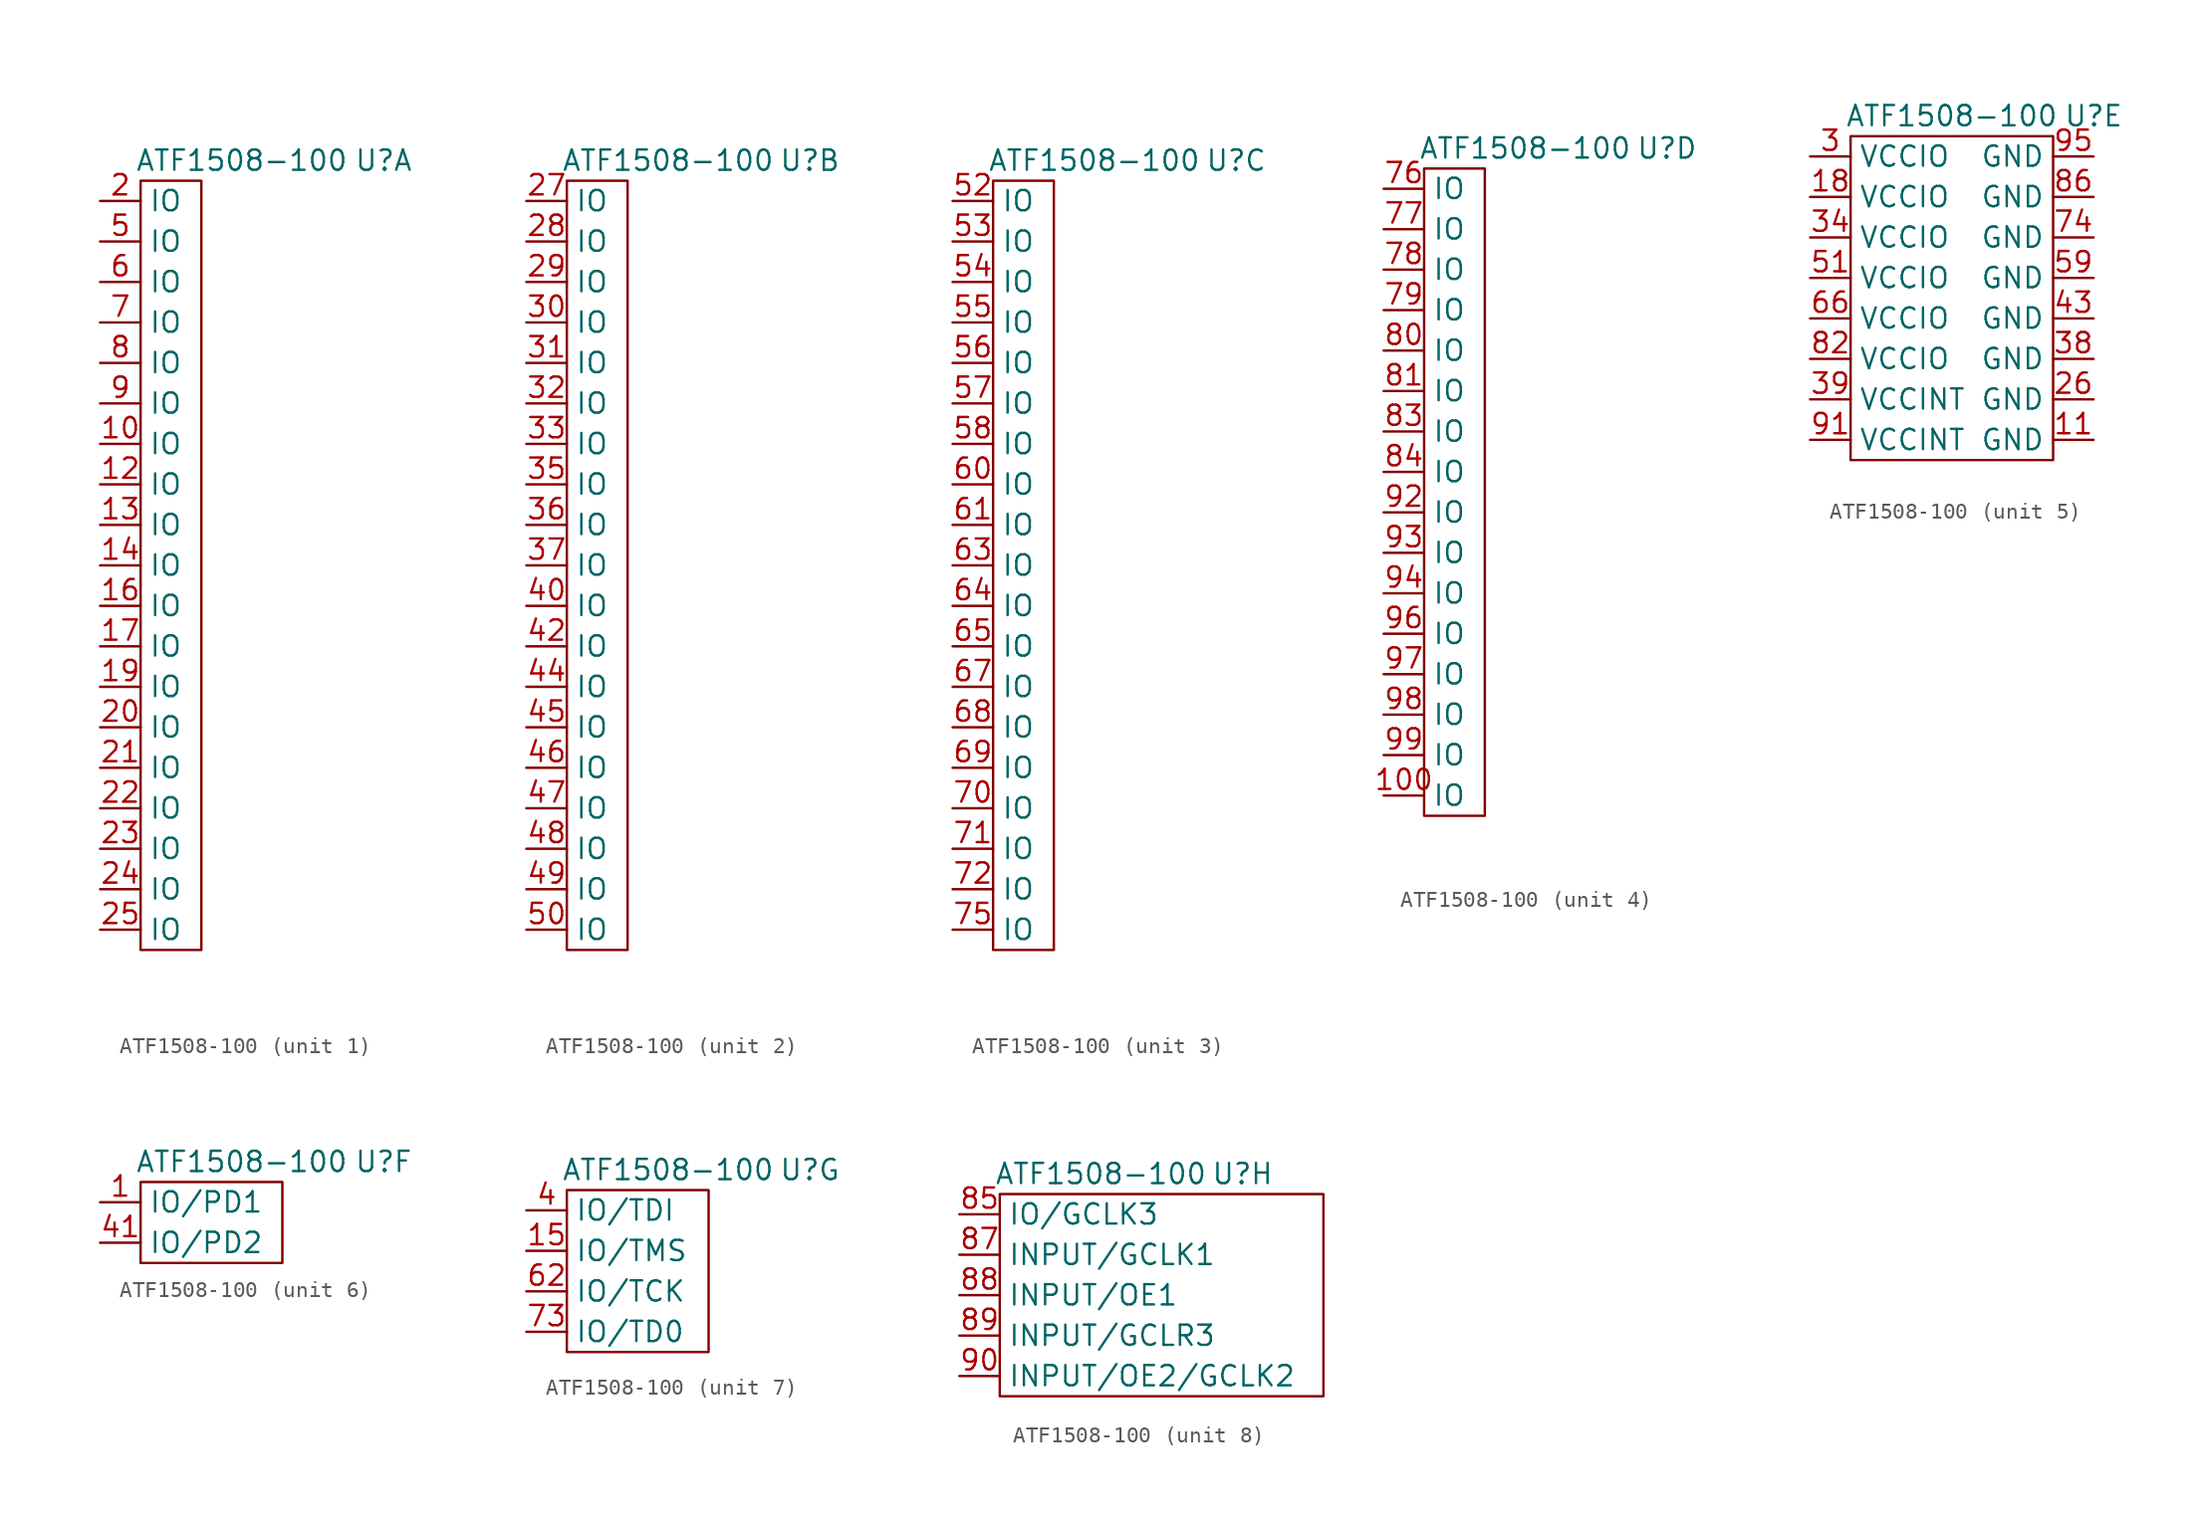
<source format=kicad_sym>
(kicad_symbol_lib
  (version 20211014)
  (generator kicad_symbol_editor)
  (symbol "ATF1508-100"
    (property "Reference" "U"
      (at 15.24 1.27 0)
      (effects (font (size 1.27 1.27))))
    (property "Value" "ATF1508-100"
      (at 6.35 1.27 0)
      (effects (font (size 1.27 1.27))))
    (symbol "ATF1508-100_1_1"
      (rectangle (start 0 0) (end 3.81 -48.26) (stroke (width 0) (type default) (color 0 0 0 0)) (fill (type none)))
      (pin bidirectional line (at -2.54 -16.51 0) (length 2.54) (name "IO" (effects (font (size 1.27 1.27)))) (number "10" (effects (font (size 1.27 1.27)))))
      (pin bidirectional line (at -2.54 -19.05 0) (length 2.54) (name "IO" (effects (font (size 1.27 1.27)))) (number "12" (effects (font (size 1.27 1.27)))))
      (pin bidirectional line (at -2.54 -21.59 0) (length 2.54) (name "IO" (effects (font (size 1.27 1.27)))) (number "13" (effects (font (size 1.27 1.27)))))
      (pin bidirectional line (at -2.54 -24.13 0) (length 2.54) (name "IO" (effects (font (size 1.27 1.27)))) (number "14" (effects (font (size 1.27 1.27)))))
      (pin bidirectional line (at -2.54 -26.67 0) (length 2.54) (name "IO" (effects (font (size 1.27 1.27)))) (number "16" (effects (font (size 1.27 1.27)))))
      (pin bidirectional line (at -2.54 -29.21 0) (length 2.54) (name "IO" (effects (font (size 1.27 1.27)))) (number "17" (effects (font (size 1.27 1.27)))))
      (pin bidirectional line (at -2.54 -31.75 0) (length 2.54) (name "IO" (effects (font (size 1.27 1.27)))) (number "19" (effects (font (size 1.27 1.27)))))
      (pin bidirectional line (at -2.54 -1.27 0) (length 2.54) (name "IO" (effects (font (size 1.27 1.27)))) (number "2" (effects (font (size 1.27 1.27)))))
      (pin bidirectional line (at -2.54 -34.29 0) (length 2.54) (name "IO" (effects (font (size 1.27 1.27)))) (number "20" (effects (font (size 1.27 1.27)))))
      (pin bidirectional line (at -2.54 -36.83 0) (length 2.54) (name "IO" (effects (font (size 1.27 1.27)))) (number "21" (effects (font (size 1.27 1.27)))))
      (pin bidirectional line (at -2.54 -39.37 0) (length 2.54) (name "IO" (effects (font (size 1.27 1.27)))) (number "22" (effects (font (size 1.27 1.27)))))
      (pin bidirectional line (at -2.54 -41.91 0) (length 2.54) (name "IO" (effects (font (size 1.27 1.27)))) (number "23" (effects (font (size 1.27 1.27)))))
      (pin bidirectional line (at -2.54 -44.45 0) (length 2.54) (name "IO" (effects (font (size 1.27 1.27)))) (number "24" (effects (font (size 1.27 1.27)))))
      (pin bidirectional line (at -2.54 -46.99 0) (length 2.54) (name "IO" (effects (font (size 1.27 1.27)))) (number "25" (effects (font (size 1.27 1.27)))))
      (pin bidirectional line (at -2.54 -3.81 0) (length 2.54) (name "IO" (effects (font (size 1.27 1.27)))) (number "5" (effects (font (size 1.27 1.27)))))
      (pin bidirectional line (at -2.54 -6.35 0) (length 2.54) (name "IO" (effects (font (size 1.27 1.27)))) (number "6" (effects (font (size 1.27 1.27)))))
      (pin bidirectional line (at -2.54 -8.89 0) (length 2.54) (name "IO" (effects (font (size 1.27 1.27)))) (number "7" (effects (font (size 1.27 1.27)))))
      (pin bidirectional line (at -2.54 -11.43 0) (length 2.54) (name "IO" (effects (font (size 1.27 1.27)))) (number "8" (effects (font (size 1.27 1.27)))))
      (pin bidirectional line (at -2.54 -13.97 0) (length 2.54) (name "IO" (effects (font (size 1.27 1.27)))) (number "9" (effects (font (size 1.27 1.27))))))
    (symbol "ATF1508-100_2_1"
      (rectangle (start 0 0) (end 3.81 -48.26) (stroke (width 0) (type default) (color 0 0 0 0)) (fill (type none)))
      (pin bidirectional line (at -2.54 -1.27 0) (length 2.54) (name "IO" (effects (font (size 1.27 1.27)))) (number "27" (effects (font (size 1.27 1.27)))))
      (pin bidirectional line (at -2.54 -3.81 0) (length 2.54) (name "IO" (effects (font (size 1.27 1.27)))) (number "28" (effects (font (size 1.27 1.27)))))
      (pin bidirectional line (at -2.54 -6.35 0) (length 2.54) (name "IO" (effects (font (size 1.27 1.27)))) (number "29" (effects (font (size 1.27 1.27)))))
      (pin bidirectional line (at -2.54 -8.89 0) (length 2.54) (name "IO" (effects (font (size 1.27 1.27)))) (number "30" (effects (font (size 1.27 1.27)))))
      (pin bidirectional line (at -2.54 -11.43 0) (length 2.54) (name "IO" (effects (font (size 1.27 1.27)))) (number "31" (effects (font (size 1.27 1.27)))))
      (pin bidirectional line (at -2.54 -13.97 0) (length 2.54) (name "IO" (effects (font (size 1.27 1.27)))) (number "32" (effects (font (size 1.27 1.27)))))
      (pin bidirectional line (at -2.54 -16.51 0) (length 2.54) (name "IO" (effects (font (size 1.27 1.27)))) (number "33" (effects (font (size 1.27 1.27)))))
      (pin bidirectional line (at -2.54 -19.05 0) (length 2.54) (name "IO" (effects (font (size 1.27 1.27)))) (number "35" (effects (font (size 1.27 1.27)))))
      (pin bidirectional line (at -2.54 -21.59 0) (length 2.54) (name "IO" (effects (font (size 1.27 1.27)))) (number "36" (effects (font (size 1.27 1.27)))))
      (pin bidirectional line (at -2.54 -24.13 0) (length 2.54) (name "IO" (effects (font (size 1.27 1.27)))) (number "37" (effects (font (size 1.27 1.27)))))
      (pin bidirectional line (at -2.54 -26.67 0) (length 2.54) (name "IO" (effects (font (size 1.27 1.27)))) (number "40" (effects (font (size 1.27 1.27)))))
      (pin bidirectional line (at -2.54 -29.21 0) (length 2.54) (name "IO" (effects (font (size 1.27 1.27)))) (number "42" (effects (font (size 1.27 1.27)))))
      (pin bidirectional line (at -2.54 -31.75 0) (length 2.54) (name "IO" (effects (font (size 1.27 1.27)))) (number "44" (effects (font (size 1.27 1.27)))))
      (pin bidirectional line (at -2.54 -34.29 0) (length 2.54) (name "IO" (effects (font (size 1.27 1.27)))) (number "45" (effects (font (size 1.27 1.27)))))
      (pin bidirectional line (at -2.54 -36.83 0) (length 2.54) (name "IO" (effects (font (size 1.27 1.27)))) (number "46" (effects (font (size 1.27 1.27)))))
      (pin bidirectional line (at -2.54 -39.37 0) (length 2.54) (name "IO" (effects (font (size 1.27 1.27)))) (number "47" (effects (font (size 1.27 1.27)))))
      (pin bidirectional line (at -2.54 -41.91 0) (length 2.54) (name "IO" (effects (font (size 1.27 1.27)))) (number "48" (effects (font (size 1.27 1.27)))))
      (pin bidirectional line (at -2.54 -44.45 0) (length 2.54) (name "IO" (effects (font (size 1.27 1.27)))) (number "49" (effects (font (size 1.27 1.27)))))
      (pin bidirectional line (at -2.54 -46.99 0) (length 2.54) (name "IO" (effects (font (size 1.27 1.27)))) (number "50" (effects (font (size 1.27 1.27))))))
    (symbol "ATF1508-100_3_1"
      (rectangle (start 0 0) (end 3.81 -48.26) (stroke (width 0) (type default) (color 0 0 0 0)) (fill (type none)))
      (pin bidirectional line (at -2.54 -1.27 0) (length 2.54) (name "IO" (effects (font (size 1.27 1.27)))) (number "52" (effects (font (size 1.27 1.27)))))
      (pin bidirectional line (at -2.54 -3.81 0) (length 2.54) (name "IO" (effects (font (size 1.27 1.27)))) (number "53" (effects (font (size 1.27 1.27)))))
      (pin bidirectional line (at -2.54 -6.35 0) (length 2.54) (name "IO" (effects (font (size 1.27 1.27)))) (number "54" (effects (font (size 1.27 1.27)))))
      (pin bidirectional line (at -2.54 -8.89 0) (length 2.54) (name "IO" (effects (font (size 1.27 1.27)))) (number "55" (effects (font (size 1.27 1.27)))))
      (pin bidirectional line (at -2.54 -11.43 0) (length 2.54) (name "IO" (effects (font (size 1.27 1.27)))) (number "56" (effects (font (size 1.27 1.27)))))
      (pin bidirectional line (at -2.54 -13.97 0) (length 2.54) (name "IO" (effects (font (size 1.27 1.27)))) (number "57" (effects (font (size 1.27 1.27)))))
      (pin bidirectional line (at -2.54 -16.51 0) (length 2.54) (name "IO" (effects (font (size 1.27 1.27)))) (number "58" (effects (font (size 1.27 1.27)))))
      (pin bidirectional line (at -2.54 -19.05 0) (length 2.54) (name "IO" (effects (font (size 1.27 1.27)))) (number "60" (effects (font (size 1.27 1.27)))))
      (pin bidirectional line (at -2.54 -21.59 0) (length 2.54) (name "IO" (effects (font (size 1.27 1.27)))) (number "61" (effects (font (size 1.27 1.27)))))
      (pin bidirectional line (at -2.54 -24.13 0) (length 2.54) (name "IO" (effects (font (size 1.27 1.27)))) (number "63" (effects (font (size 1.27 1.27)))))
      (pin bidirectional line (at -2.54 -26.67 0) (length 2.54) (name "IO" (effects (font (size 1.27 1.27)))) (number "64" (effects (font (size 1.27 1.27)))))
      (pin bidirectional line (at -2.54 -29.21 0) (length 2.54) (name "IO" (effects (font (size 1.27 1.27)))) (number "65" (effects (font (size 1.27 1.27)))))
      (pin bidirectional line (at -2.54 -31.75 0) (length 2.54) (name "IO" (effects (font (size 1.27 1.27)))) (number "67" (effects (font (size 1.27 1.27)))))
      (pin bidirectional line (at -2.54 -34.29 0) (length 2.54) (name "IO" (effects (font (size 1.27 1.27)))) (number "68" (effects (font (size 1.27 1.27)))))
      (pin bidirectional line (at -2.54 -36.83 0) (length 2.54) (name "IO" (effects (font (size 1.27 1.27)))) (number "69" (effects (font (size 1.27 1.27)))))
      (pin bidirectional line (at -2.54 -39.37 0) (length 2.54) (name "IO" (effects (font (size 1.27 1.27)))) (number "70" (effects (font (size 1.27 1.27)))))
      (pin bidirectional line (at -2.54 -41.91 0) (length 2.54) (name "IO" (effects (font (size 1.27 1.27)))) (number "71" (effects (font (size 1.27 1.27)))))
      (pin bidirectional line (at -2.54 -44.45 0) (length 2.54) (name "IO" (effects (font (size 1.27 1.27)))) (number "72" (effects (font (size 1.27 1.27)))))
      (pin bidirectional line (at -2.54 -46.99 0) (length 2.54) (name "IO" (effects (font (size 1.27 1.27)))) (number "75" (effects (font (size 1.27 1.27))))))
    (symbol "ATF1508-100_4_1"
      (rectangle (start 0 0) (end 3.81 -40.64) (stroke (width 0) (type default) (color 0 0 0 0)) (fill (type none)))
      (pin bidirectional line (at -2.54 -39.37 0) (length 2.54) (name "IO" (effects (font (size 1.27 1.27)))) (number "100" (effects (font (size 1.27 1.27)))))
      (pin bidirectional line (at -2.54 -1.27 0) (length 2.54) (name "IO" (effects (font (size 1.27 1.27)))) (number "76" (effects (font (size 1.27 1.27)))))
      (pin bidirectional line (at -2.54 -3.81 0) (length 2.54) (name "IO" (effects (font (size 1.27 1.27)))) (number "77" (effects (font (size 1.27 1.27)))))
      (pin bidirectional line (at -2.54 -6.35 0) (length 2.54) (name "IO" (effects (font (size 1.27 1.27)))) (number "78" (effects (font (size 1.27 1.27)))))
      (pin bidirectional line (at -2.54 -8.89 0) (length 2.54) (name "IO" (effects (font (size 1.27 1.27)))) (number "79" (effects (font (size 1.27 1.27)))))
      (pin bidirectional line (at -2.54 -11.43 0) (length 2.54) (name "IO" (effects (font (size 1.27 1.27)))) (number "80" (effects (font (size 1.27 1.27)))))
      (pin bidirectional line (at -2.54 -13.97 0) (length 2.54) (name "IO" (effects (font (size 1.27 1.27)))) (number "81" (effects (font (size 1.27 1.27)))))
      (pin bidirectional line (at -2.54 -16.51 0) (length 2.54) (name "IO" (effects (font (size 1.27 1.27)))) (number "83" (effects (font (size 1.27 1.27)))))
      (pin bidirectional line (at -2.54 -19.05 0) (length 2.54) (name "IO" (effects (font (size 1.27 1.27)))) (number "84" (effects (font (size 1.27 1.27)))))
      (pin bidirectional line (at -2.54 -21.59 0) (length 2.54) (name "IO" (effects (font (size 1.27 1.27)))) (number "92" (effects (font (size 1.27 1.27)))))
      (pin bidirectional line (at -2.54 -24.13 0) (length 2.54) (name "IO" (effects (font (size 1.27 1.27)))) (number "93" (effects (font (size 1.27 1.27)))))
      (pin bidirectional line (at -2.54 -26.67 0) (length 2.54) (name "IO" (effects (font (size 1.27 1.27)))) (number "94" (effects (font (size 1.27 1.27)))))
      (pin bidirectional line (at -2.54 -29.21 0) (length 2.54) (name "IO" (effects (font (size 1.27 1.27)))) (number "96" (effects (font (size 1.27 1.27)))))
      (pin bidirectional line (at -2.54 -31.75 0) (length 2.54) (name "IO" (effects (font (size 1.27 1.27)))) (number "97" (effects (font (size 1.27 1.27)))))
      (pin bidirectional line (at -2.54 -34.29 0) (length 2.54) (name "IO" (effects (font (size 1.27 1.27)))) (number "98" (effects (font (size 1.27 1.27)))))
      (pin bidirectional line (at -2.54 -36.83 0) (length 2.54) (name "IO" (effects (font (size 1.27 1.27)))) (number "99" (effects (font (size 1.27 1.27))))))
    (symbol "ATF1508-100_5_1"
      (rectangle (start 0 -20.32) (end 12.7 0) (stroke (width 0) (type default) (color 0 0 0 0)) (fill (type none)))
      (pin power_out line (at 15.24 -19.05 180) (length 2.54) (name "GND" (effects (font (size 1.27 1.27)))) (number "11" (effects (font (size 1.27 1.27)))))
      (pin power_in line (at -2.54 -3.81 0) (length 2.54) (name "VCCIO" (effects (font (size 1.27 1.27)))) (number "18" (effects (font (size 1.27 1.27)))))
      (pin power_out line (at 15.24 -16.51 180) (length 2.54) (name "GND" (effects (font (size 1.27 1.27)))) (number "26" (effects (font (size 1.27 1.27)))))
      (pin power_in line (at -2.54 -1.27 0) (length 2.54) (name "VCCIO" (effects (font (size 1.27 1.27)))) (number "3" (effects (font (size 1.27 1.27)))))
      (pin power_in line (at -2.54 -6.35 0) (length 2.54) (name "VCCIO" (effects (font (size 1.27 1.27)))) (number "34" (effects (font (size 1.27 1.27)))))
      (pin power_out line (at 15.24 -13.97 180) (length 2.54) (name "GND" (effects (font (size 1.27 1.27)))) (number "38" (effects (font (size 1.27 1.27)))))
      (pin power_in line (at -2.54 -16.51 0) (length 2.54) (name "VCCINT" (effects (font (size 1.27 1.27)))) (number "39" (effects (font (size 1.27 1.27)))))
      (pin power_out line (at 15.24 -11.43 180) (length 2.54) (name "GND" (effects (font (size 1.27 1.27)))) (number "43" (effects (font (size 1.27 1.27)))))
      (pin power_in line (at -2.54 -8.89 0) (length 2.54) (name "VCCIO" (effects (font (size 1.27 1.27)))) (number "51" (effects (font (size 1.27 1.27)))))
      (pin power_out line (at 15.24 -8.89 180) (length 2.54) (name "GND" (effects (font (size 1.27 1.27)))) (number "59" (effects (font (size 1.27 1.27)))))
      (pin power_in line (at -2.54 -11.43 0) (length 2.54) (name "VCCIO" (effects (font (size 1.27 1.27)))) (number "66" (effects (font (size 1.27 1.27)))))
      (pin power_out line (at 15.24 -6.35 180) (length 2.54) (name "GND" (effects (font (size 1.27 1.27)))) (number "74" (effects (font (size 1.27 1.27)))))
      (pin power_in line (at -2.54 -13.97 0) (length 2.54) (name "VCCIO" (effects (font (size 1.27 1.27)))) (number "82" (effects (font (size 1.27 1.27)))))
      (pin power_out line (at 15.24 -3.81 180) (length 2.54) (name "GND" (effects (font (size 1.27 1.27)))) (number "86" (effects (font (size 1.27 1.27)))))
      (pin power_in line (at -2.54 -19.05 0) (length 2.54) (name "VCCINT" (effects (font (size 1.27 1.27)))) (number "91" (effects (font (size 1.27 1.27)))))
      (pin power_out line (at 15.24 -1.27 180) (length 2.54) (name "GND" (effects (font (size 1.27 1.27)))) (number "95" (effects (font (size 1.27 1.27))))))
    (symbol "ATF1508-100_6_1"
      (rectangle (start 0 0) (end 8.89 -5.08) (stroke (width 0) (type default) (color 0 0 0 0)) (fill (type none)))
      (pin bidirectional line (at -2.54 -1.27 0) (length 2.54) (name "IO/PD1" (effects (font (size 1.27 1.27)))) (number "1" (effects (font (size 1.27 1.27)))))
      (pin bidirectional line (at -2.54 -3.81 0) (length 2.54) (name "IO/PD2" (effects (font (size 1.27 1.27)))) (number "41" (effects (font (size 1.27 1.27))))))
    (symbol "ATF1508-100_7_1"
      (rectangle (start 0 0) (end 8.89 -10.16) (stroke (width 0) (type default) (color 0 0 0 0)) (fill (type none)))
      (pin bidirectional line (at -2.54 -3.81 0) (length 2.54) (name "IO/TMS" (effects (font (size 1.27 1.27)))) (number "15" (effects (font (size 1.27 1.27)))))
      (pin bidirectional line (at -2.54 -1.27 0) (length 2.54) (name "IO/TDI" (effects (font (size 1.27 1.27)))) (number "4" (effects (font (size 1.27 1.27)))))
      (pin bidirectional line (at -2.54 -6.35 0) (length 2.54) (name "IO/TCK" (effects (font (size 1.27 1.27)))) (number "62" (effects (font (size 1.27 1.27)))))
      (pin bidirectional line (at -2.54 -8.89 0) (length 2.54) (name "IO/TD0" (effects (font (size 1.27 1.27)))) (number "73" (effects (font (size 1.27 1.27))))))
    (symbol "ATF1508-100_8_1"
      (rectangle (start 0 0) (end 20.32 -12.7) (stroke (width 0) (type default) (color 0 0 0 0)) (fill (type none)))
      (pin bidirectional line (at -2.54 -1.27 0) (length 2.54) (name "IO/GCLK3" (effects (font (size 1.27 1.27)))) (number "85" (effects (font (size 1.27 1.27)))))
      (pin input line (at -2.54 -3.81 0) (length 2.54) (name "INPUT/GCLK1" (effects (font (size 1.27 1.27)))) (number "87" (effects (font (size 1.27 1.27)))))
      (pin input line (at -2.54 -6.35 0) (length 2.54) (name "INPUT/OE1" (effects (font (size 1.27 1.27)))) (number "88" (effects (font (size 1.27 1.27)))))
      (pin input line (at -2.54 -8.89 0) (length 2.54) (name "INPUT/GCLR3" (effects (font (size 1.27 1.27)))) (number "89" (effects (font (size 1.27 1.27)))))
      (pin input line (at -2.54 -11.43 0) (length 2.54) (name "INPUT/OE2/GCLK2" (effects (font (size 1.27 1.27)))) (number "90" (effects (font (size 1.27 1.27))))))))
</source>
